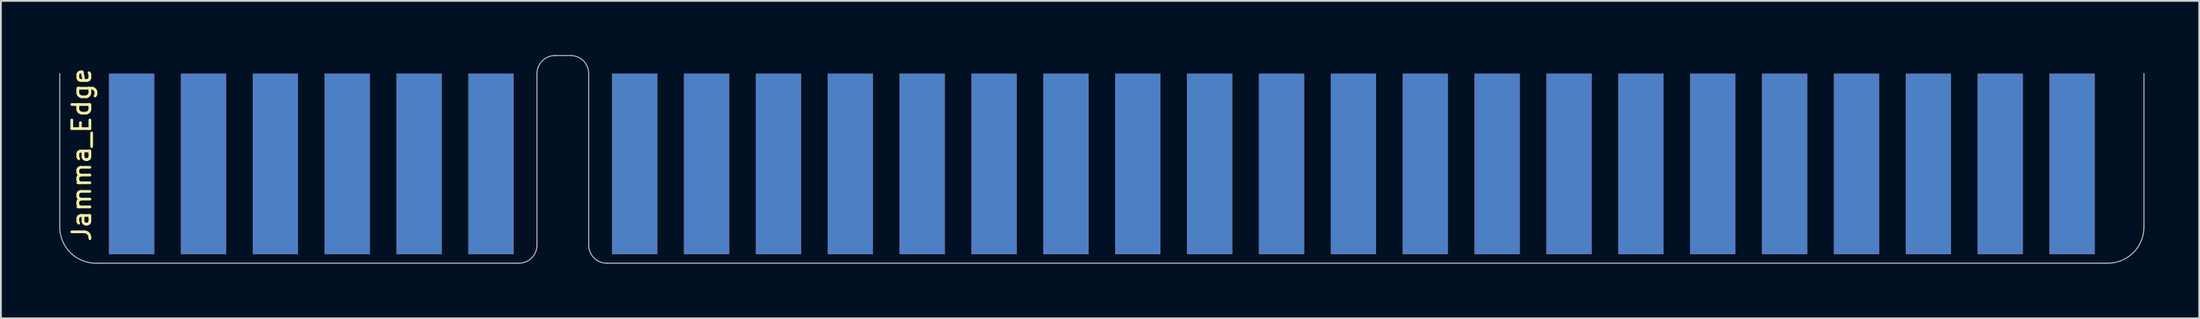
<source format=kicad_pcb>
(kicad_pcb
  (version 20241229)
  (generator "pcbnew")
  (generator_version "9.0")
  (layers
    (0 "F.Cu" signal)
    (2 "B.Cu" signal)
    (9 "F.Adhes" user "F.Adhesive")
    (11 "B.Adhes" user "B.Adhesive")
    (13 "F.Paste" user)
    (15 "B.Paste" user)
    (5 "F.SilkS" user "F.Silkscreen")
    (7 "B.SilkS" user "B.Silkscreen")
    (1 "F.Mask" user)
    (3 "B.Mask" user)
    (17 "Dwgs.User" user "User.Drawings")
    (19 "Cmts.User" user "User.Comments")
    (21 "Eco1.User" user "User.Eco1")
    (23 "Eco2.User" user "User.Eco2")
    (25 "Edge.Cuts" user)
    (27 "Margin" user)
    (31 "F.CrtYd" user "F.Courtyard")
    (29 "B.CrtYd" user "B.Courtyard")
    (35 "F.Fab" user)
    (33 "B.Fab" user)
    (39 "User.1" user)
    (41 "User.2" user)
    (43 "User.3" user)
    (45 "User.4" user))
  (footprint "Jamma_Edge"
    (layer "F.Cu")
    (at 0.25 1.025)
    (property "Reference" "Jamma_Edge" (at 1.21 4.5 90) (layer "F.SilkS") (effects (font (size 1 1) (thickness 0.15))))
    (attr through_hole)
    (fp_poly (pts (xy 115.094 10.5) (xy 0 10.5) (xy 0 0) (xy 115.094 0)) (stroke (width 0.1) (type solid)) (fill yes) (layer "F.Mask"))
    (fp_poly (pts (xy 115.094 10.5) (xy 0 10.5) (xy 0 0) (xy 115.094 0)) (stroke (width 0.1) (type solid)) (fill yes) (layer "B.Mask"))
    (fp_line (start 0 0) (end 0 8.5) (stroke (width 0.05) (type solid)) (layer "Edge.Cuts"))
    (fp_line (start 2 10.5) (end 25.352 10.5) (stroke (width 0.05) (type solid)) (layer "Edge.Cuts"))
    (fp_line (start 26.352 0) (end 26.352 9.5) (stroke (width 0.05) (type solid)) (layer "Edge.Cuts"))
    (fp_line (start 27.352 -1) (end 28.21 -1) (stroke (width 0.05) (type solid)) (layer "Edge.Cuts"))
    (fp_line (start 29.21 0) (end 29.21 9.5) (stroke (width 0.05) (type solid)) (layer "Edge.Cuts"))
    (fp_line (start 30.21 10.5) (end 113.094 10.5) (stroke (width 0.05) (type solid)) (layer "Edge.Cuts"))
    (fp_line (start 115.094 0) (end 115.094 8.5) (stroke (width 0.05) (type solid)) (layer "Edge.Cuts"))
    (fp_arc (start 2 10.5) (mid 0.585786 9.914214) (end 0 8.5) (stroke (width 0.05) (type solid)) (layer "Edge.Cuts"))
    (fp_arc (start 26.3525 0) (mid 26.645393 -0.707107) (end 27.3525 -1) (stroke (width 0.05) (type solid)) (layer "Edge.Cuts"))
    (fp_arc (start 26.3525 9.5) (mid 26.059607 10.207107) (end 25.3525 10.5) (stroke (width 0.05) (type solid)) (layer "Edge.Cuts"))
    (fp_arc (start 28.21 -1) (mid 28.917107 -0.707107) (end 29.21 0) (stroke (width 0.05) (type solid)) (layer "Edge.Cuts"))
    (fp_arc (start 30.21 10.5) (mid 29.502893 10.207107) (end 29.21 9.5) (stroke (width 0.05) (type solid)) (layer "Edge.Cuts"))
    (fp_arc (start 115.09375 8.5) (mid 114.507964 9.914214) (end 113.09375 10.5) (stroke (width 0.05) (type solid)) (layer "Edge.Cuts"))
    (pad "1" smd rect (at 3.969 0) (size 2.5 10) (drill (offset 0 5)) (layers "F.Cu" "F.Mask" "F.Paste"))
    (pad "2" smd rect (at 7.938 0) (size 2.5 10) (drill (offset 0 5)) (layers "F.Cu" "F.Mask" "F.Paste"))
    (pad "3" smd rect (at 11.906 0) (size 2.5 10) (drill (offset 0 5)) (layers "F.Cu" "F.Mask" "F.Paste"))
    (pad "4" smd rect (at 15.875 0) (size 2.5 10) (drill (offset 0 5)) (layers "F.Cu" "F.Mask" "F.Paste"))
    (pad "5" smd rect (at 19.844 0) (size 2.5 10) (drill (offset 0 5)) (layers "F.Cu" "F.Mask" "F.Paste"))
    (pad "6" smd rect (at 23.812 0) (size 2.5 10) (drill (offset 0 5)) (layers "F.Cu" "F.Mask" "F.Paste"))
    (pad "8" smd rect (at 31.75 0) (size 2.5 10) (drill (offset 0 5)) (layers "F.Cu" "F.Mask" "F.Paste"))
    (pad "9" smd rect (at 35.719 0) (size 2.5 10) (drill (offset 0 5)) (layers "F.Cu" "F.Mask" "F.Paste"))
    (pad "10" smd rect (at 39.688 0) (size 2.5 10) (drill (offset 0 5)) (layers "F.Cu" "F.Mask" "F.Paste"))
    (pad "11" smd rect (at 43.656 0) (size 2.5 10) (drill (offset 0 5)) (layers "F.Cu" "F.Mask" "F.Paste"))
    (pad "12" smd rect (at 47.625 0) (size 2.5 10) (drill (offset 0 5)) (layers "F.Cu" "F.Mask" "F.Paste"))
    (pad "13" smd rect (at 51.594 0) (size 2.5 10) (drill (offset 0 5)) (layers "F.Cu" "F.Mask" "F.Paste"))
    (pad "14" smd rect (at 55.562 0) (size 2.5 10) (drill (offset 0 5)) (layers "F.Cu" "F.Mask" "F.Paste"))
    (pad "15" smd rect (at 59.531 0) (size 2.5 10) (drill (offset 0 5)) (layers "F.Cu" "F.Mask" "F.Paste"))
    (pad "16" smd rect (at 63.5 0) (size 2.5 10) (drill (offset 0 5)) (layers "F.Cu" "F.Mask" "F.Paste"))
    (pad "17" smd rect (at 67.469 0) (size 2.5 10) (drill (offset 0 5)) (layers "F.Cu" "F.Mask" "F.Paste"))
    (pad "18" smd rect (at 71.438 0) (size 2.5 10) (drill (offset 0 5)) (layers "F.Cu" "F.Mask" "F.Paste"))
    (pad "19" smd rect (at 75.406 0) (size 2.5 10) (drill (offset 0 5)) (layers "F.Cu" "F.Mask" "F.Paste"))
    (pad "20" smd rect (at 79.375 0) (size 2.5 10) (drill (offset 0 5)) (layers "F.Cu" "F.Mask" "F.Paste"))
    (pad "21" smd rect (at 83.344 0) (size 2.5 10) (drill (offset 0 5)) (layers "F.Cu" "F.Mask" "F.Paste"))
    (pad "22" smd rect (at 87.312 0) (size 2.5 10) (drill (offset 0 5)) (layers "F.Cu" "F.Mask" "F.Paste"))
    (pad "23" smd rect (at 91.281 0) (size 2.5 10) (drill (offset 0 5)) (layers "F.Cu" "F.Mask" "F.Paste"))
    (pad "24" smd rect (at 95.25 0) (size 2.5 10) (drill (offset 0 5)) (layers "F.Cu" "F.Mask" "F.Paste"))
    (pad "25" smd rect (at 99.219 0) (size 2.5 10) (drill (offset 0 5)) (layers "F.Cu" "F.Mask" "F.Paste"))
    (pad "26" smd rect (at 103.188 0) (size 2.5 10) (drill (offset 0 5)) (layers "F.Cu" "F.Mask" "F.Paste"))
    (pad "27" smd rect (at 107.156 0) (size 2.5 10) (drill (offset 0 5)) (layers "F.Cu" "F.Mask" "F.Paste"))
    (pad "28" smd rect (at 111.125 0) (size 2.5 10) (drill (offset 0 5)) (layers "F.Cu" "F.Mask" "F.Paste"))
    (pad "29" smd rect (at 3.969 0 180) (size 2.5 10) (drill (offset 0 -5)) (layers "B.Cu" "B.Mask" "B.Paste"))
    (pad "30" smd rect (at 7.938 0 180) (size 2.5 10) (drill (offset 0 -5)) (layers "B.Cu" "B.Mask" "B.Paste"))
    (pad "31" smd rect (at 11.906 0 180) (size 2.5 10) (drill (offset 0 -5)) (layers "B.Cu" "B.Mask" "B.Paste"))
    (pad "32" smd rect (at 15.875 0 180) (size 2.5 10) (drill (offset 0 -5)) (layers "B.Cu" "B.Mask" "B.Paste"))
    (pad "33" smd rect (at 19.844 0 180) (size 2.5 10) (drill (offset 0 -5)) (layers "B.Cu" "B.Mask" "B.Paste"))
    (pad "34" smd rect (at 23.812 0 180) (size 2.5 10) (drill (offset 0 -5)) (layers "B.Cu" "B.Mask" "B.Paste"))
    (pad "36" smd rect (at 31.75 0 180) (size 2.5 10) (drill (offset 0 -5)) (layers "B.Cu" "B.Mask" "B.Paste"))
    (pad "37" smd rect (at 35.719 0 180) (size 2.5 10) (drill (offset 0 -5)) (layers "B.Cu" "B.Mask" "B.Paste"))
    (pad "38" smd rect (at 39.688 0 180) (size 2.5 10) (drill (offset 0 -5)) (layers "B.Cu" "B.Mask" "B.Paste"))
    (pad "39" smd rect (at 43.656 0 180) (size 2.5 10) (drill (offset 0 -5)) (layers "B.Cu" "B.Mask" "B.Paste"))
    (pad "40" smd rect (at 47.625 0 180) (size 2.5 10) (drill (offset 0 -5)) (layers "B.Cu" "B.Mask" "B.Paste"))
    (pad "41" smd rect (at 51.594 0 180) (size 2.5 10) (drill (offset 0 -5)) (layers "B.Cu" "B.Mask" "B.Paste"))
    (pad "42" smd rect (at 55.562 0 180) (size 2.5 10) (drill (offset 0 -5)) (layers "B.Cu" "B.Mask" "B.Paste"))
    (pad "43" smd rect (at 59.531 0 180) (size 2.5 10) (drill (offset 0 -5)) (layers "B.Cu" "B.Mask" "B.Paste"))
    (pad "44" smd rect (at 63.5 0 180) (size 2.5 10) (drill (offset 0 -5)) (layers "B.Cu" "B.Mask" "B.Paste"))
    (pad "45" smd rect (at 67.469 0 180) (size 2.5 10) (drill (offset 0 -5)) (layers "B.Cu" "B.Mask" "B.Paste"))
    (pad "46" smd rect (at 71.438 0 180) (size 2.5 10) (drill (offset 0 -5)) (layers "B.Cu" "B.Mask" "B.Paste"))
    (pad "47" smd rect (at 75.406 0 180) (size 2.5 10) (drill (offset 0 -5)) (layers "B.Cu" "B.Mask" "B.Paste"))
    (pad "48" smd rect (at 79.375 0 180) (size 2.5 10) (drill (offset 0 -5)) (layers "B.Cu" "B.Mask" "B.Paste"))
    (pad "49" smd rect (at 83.344 0 180) (size 2.5 10) (drill (offset 0 -5)) (layers "B.Cu" "B.Mask" "B.Paste"))
    (pad "50" smd rect (at 87.312 0 180) (size 2.5 10) (drill (offset 0 -5)) (layers "B.Cu" "B.Mask" "B.Paste"))
    (pad "51" smd rect (at 91.281 0 180) (size 2.5 10) (drill (offset 0 -5)) (layers "B.Cu" "B.Mask" "B.Paste"))
    (pad "52" smd rect (at 95.25 0 180) (size 2.5 10) (drill (offset 0 -5)) (layers "B.Cu" "B.Mask" "B.Paste"))
    (pad "53" smd rect (at 99.219 0 180) (size 2.5 10) (drill (offset 0 -5)) (layers "B.Cu" "B.Mask" "B.Paste"))
    (pad "54" smd rect (at 103.188 0 180) (size 2.5 10) (drill (offset 0 -5)) (layers "B.Cu" "B.Mask" "B.Paste"))
    (pad "55" smd rect (at 107.156 0 180) (size 2.5 10) (drill (offset 0 -5)) (layers "B.Cu" "B.Mask" "B.Paste"))
    (pad "56" smd rect (at 111.125 0 180) (size 2.5 10) (drill (offset 0 -5)) (layers "B.Cu" "B.Mask" "B.Paste")))
  (gr_rect
    (start -3 -3)
    (end 118.394 14.575)
    (stroke (width 0.1) (type default))
    (fill no)
    (layer "Edge.Cuts")))
</source>
